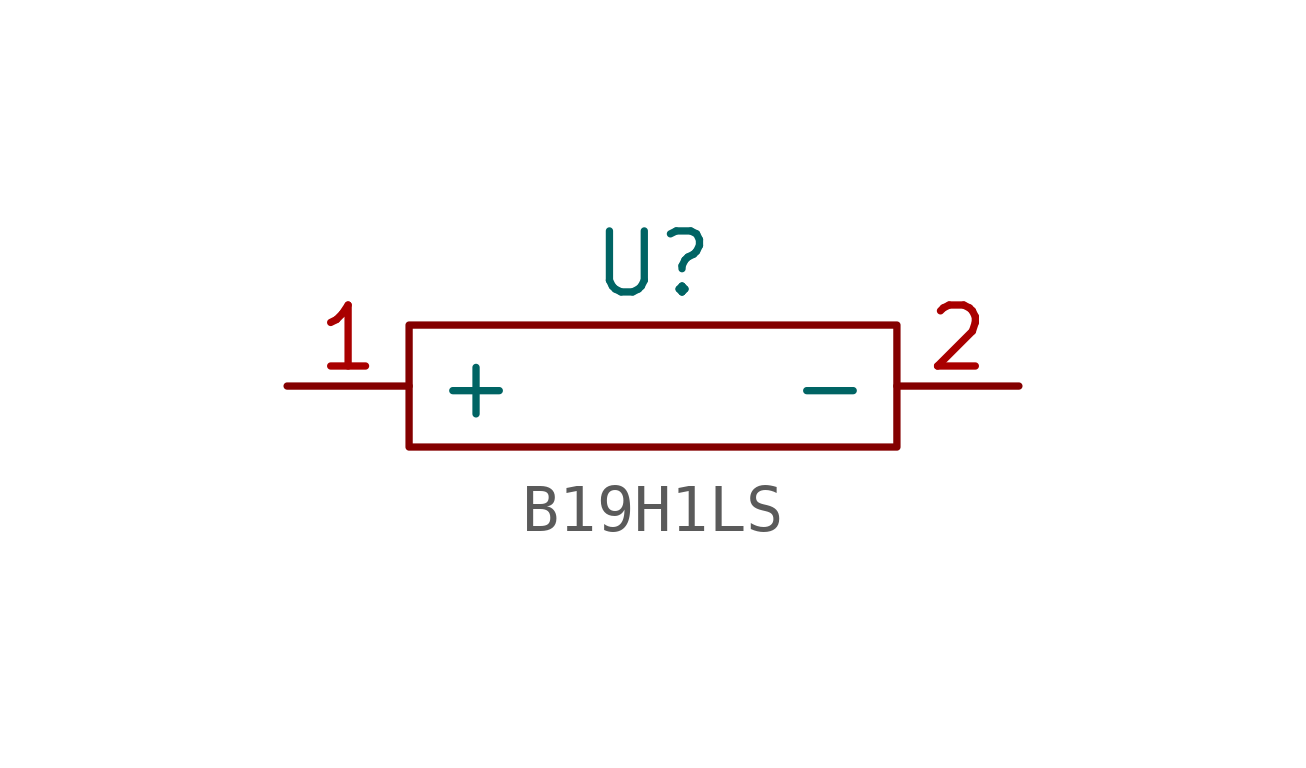
<source format=kicad_sym>
(kicad_symbol_lib
  (version 20231120)
  (generator "kicad_symbol_editor")
  (generator_version "8.0")
  (symbol "B19H1LS"
    (property "Reference" "U"
      (at 0 2.54 0)
      (effects (font (size 1.27 1.27))))
    (property "Value" ""
      (at 0 0 0)
      (effects (font (size 1.27 1.27))))
    (symbol "B19H1LS_0_1"
      (rectangle (start -5.08 1.27) (end 5.08 -1.27) (stroke (width 0) (type default)) (fill (type none))))
    (symbol "B19H1LS_1_1"
      (pin passive line (at -7.62 0 0) (length 2.54) (name "+" (effects (font (size 1.27 1.27)))) (number "1" (effects (font (size 1.27 1.27)))))
      (pin passive line (at 7.62 0 180) (length 2.54) (name "-" (effects (font (size 1.27 1.27)))) (number "2" (effects (font (size 1.27 1.27))))))))
</source>
